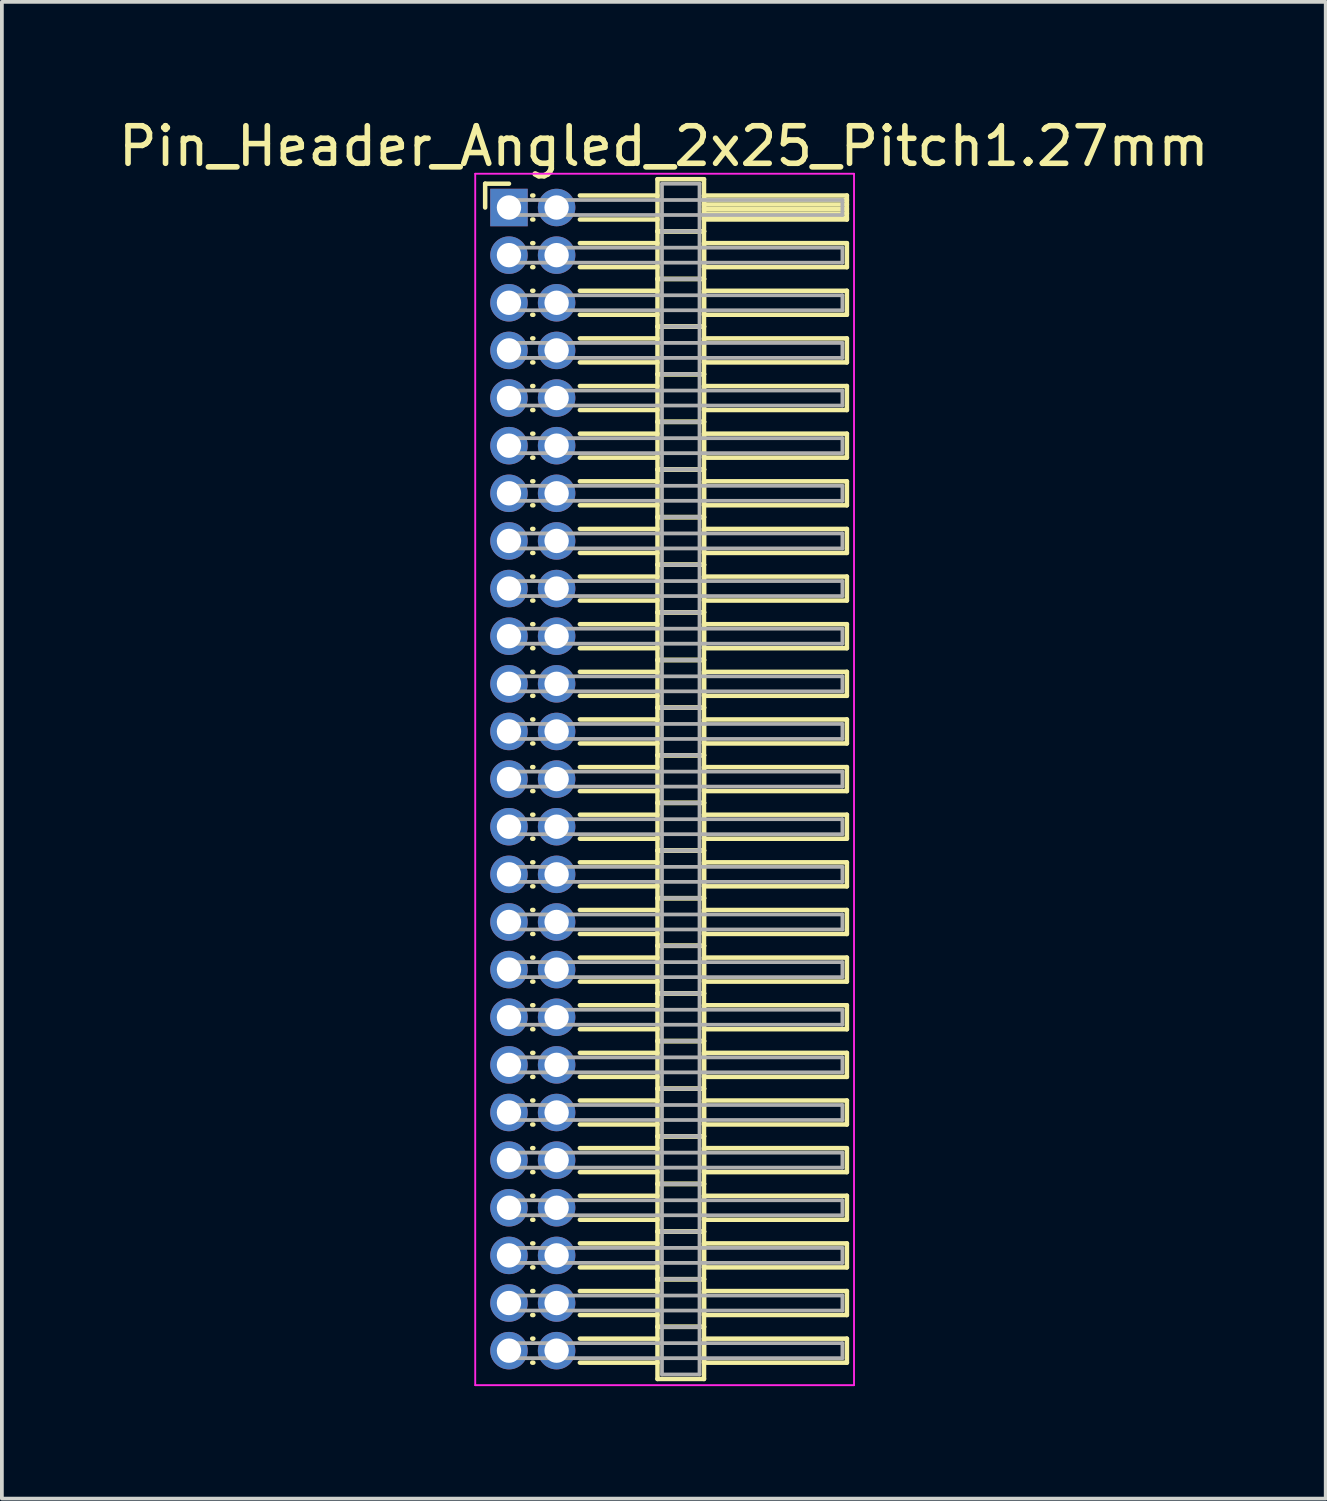
<source format=kicad_pcb>
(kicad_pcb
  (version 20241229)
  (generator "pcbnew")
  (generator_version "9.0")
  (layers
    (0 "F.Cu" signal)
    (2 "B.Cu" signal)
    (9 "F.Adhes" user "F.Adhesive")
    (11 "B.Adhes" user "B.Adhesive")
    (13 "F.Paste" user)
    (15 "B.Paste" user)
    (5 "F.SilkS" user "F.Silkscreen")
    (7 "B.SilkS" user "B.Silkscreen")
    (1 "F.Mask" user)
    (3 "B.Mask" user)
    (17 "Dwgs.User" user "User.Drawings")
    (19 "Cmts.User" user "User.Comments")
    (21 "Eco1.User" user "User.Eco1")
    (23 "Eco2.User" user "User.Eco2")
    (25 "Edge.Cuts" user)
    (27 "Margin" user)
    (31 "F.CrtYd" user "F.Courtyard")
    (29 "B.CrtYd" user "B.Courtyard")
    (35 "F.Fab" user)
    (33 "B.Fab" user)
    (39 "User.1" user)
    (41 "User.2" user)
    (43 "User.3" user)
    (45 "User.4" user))
  (footprint "Pin_Header_Angled_2x25_Pitch1.27mm"
    (layer "F.Cu")
    (at 10.521 2.483)
    (property "Reference" "Pin_Header_Angled_2x25_Pitch1.27mm" (at 4.128 -1.635 0) (layer "F.SilkS") (effects (font (size 1 1) (thickness 0.15))))
    (attr through_hole)
    (fp_line (start -0.635 -0.635) (end 0 -0.635) (stroke (width 0.12) (type solid)) (layer "F.SilkS"))
    (fp_line (start -0.635 0) (end -0.635 -0.635) (stroke (width 0.12) (type solid)) (layer "F.SilkS"))
    (fp_line (start 0.62 -0.32) (end 0.65 -0.32) (stroke (width 0.12) (type solid)) (layer "F.SilkS"))
    (fp_line (start 0.62 0.32) (end 0.65 0.32) (stroke (width 0.12) (type solid)) (layer "F.SilkS"))
    (fp_line (start 0.62 0.95) (end 0.65 0.95) (stroke (width 0.12) (type solid)) (layer "F.SilkS"))
    (fp_line (start 0.62 1.59) (end 0.65 1.59) (stroke (width 0.12) (type solid)) (layer "F.SilkS"))
    (fp_line (start 0.62 2.22) (end 0.65 2.22) (stroke (width 0.12) (type solid)) (layer "F.SilkS"))
    (fp_line (start 0.62 2.86) (end 0.65 2.86) (stroke (width 0.12) (type solid)) (layer "F.SilkS"))
    (fp_line (start 0.62 3.49) (end 0.65 3.49) (stroke (width 0.12) (type solid)) (layer "F.SilkS"))
    (fp_line (start 0.62 4.13) (end 0.65 4.13) (stroke (width 0.12) (type solid)) (layer "F.SilkS"))
    (fp_line (start 0.62 4.76) (end 0.65 4.76) (stroke (width 0.12) (type solid)) (layer "F.SilkS"))
    (fp_line (start 0.62 5.4) (end 0.65 5.4) (stroke (width 0.12) (type solid)) (layer "F.SilkS"))
    (fp_line (start 0.62 6.03) (end 0.65 6.03) (stroke (width 0.12) (type solid)) (layer "F.SilkS"))
    (fp_line (start 0.62 6.67) (end 0.65 6.67) (stroke (width 0.12) (type solid)) (layer "F.SilkS"))
    (fp_line (start 0.62 7.3) (end 0.65 7.3) (stroke (width 0.12) (type solid)) (layer "F.SilkS"))
    (fp_line (start 0.62 7.94) (end 0.65 7.94) (stroke (width 0.12) (type solid)) (layer "F.SilkS"))
    (fp_line (start 0.62 8.57) (end 0.65 8.57) (stroke (width 0.12) (type solid)) (layer "F.SilkS"))
    (fp_line (start 0.62 9.21) (end 0.65 9.21) (stroke (width 0.12) (type solid)) (layer "F.SilkS"))
    (fp_line (start 0.62 9.84) (end 0.65 9.84) (stroke (width 0.12) (type solid)) (layer "F.SilkS"))
    (fp_line (start 0.62 10.48) (end 0.65 10.48) (stroke (width 0.12) (type solid)) (layer "F.SilkS"))
    (fp_line (start 0.62 11.11) (end 0.65 11.11) (stroke (width 0.12) (type solid)) (layer "F.SilkS"))
    (fp_line (start 0.62 11.75) (end 0.65 11.75) (stroke (width 0.12) (type solid)) (layer "F.SilkS"))
    (fp_line (start 0.62 12.38) (end 0.65 12.38) (stroke (width 0.12) (type solid)) (layer "F.SilkS"))
    (fp_line (start 0.62 13.02) (end 0.65 13.02) (stroke (width 0.12) (type solid)) (layer "F.SilkS"))
    (fp_line (start 0.62 13.65) (end 0.65 13.65) (stroke (width 0.12) (type solid)) (layer "F.SilkS"))
    (fp_line (start 0.62 14.29) (end 0.65 14.29) (stroke (width 0.12) (type solid)) (layer "F.SilkS"))
    (fp_line (start 0.62 14.92) (end 0.65 14.92) (stroke (width 0.12) (type solid)) (layer "F.SilkS"))
    (fp_line (start 0.62 15.56) (end 0.65 15.56) (stroke (width 0.12) (type solid)) (layer "F.SilkS"))
    (fp_line (start 0.62 16.19) (end 0.65 16.19) (stroke (width 0.12) (type solid)) (layer "F.SilkS"))
    (fp_line (start 0.62 16.83) (end 0.65 16.83) (stroke (width 0.12) (type solid)) (layer "F.SilkS"))
    (fp_line (start 0.62 17.46) (end 0.65 17.46) (stroke (width 0.12) (type solid)) (layer "F.SilkS"))
    (fp_line (start 0.62 18.1) (end 0.65 18.1) (stroke (width 0.12) (type solid)) (layer "F.SilkS"))
    (fp_line (start 0.62 18.73) (end 0.65 18.73) (stroke (width 0.12) (type solid)) (layer "F.SilkS"))
    (fp_line (start 0.62 19.37) (end 0.65 19.37) (stroke (width 0.12) (type solid)) (layer "F.SilkS"))
    (fp_line (start 0.62 20) (end 0.65 20) (stroke (width 0.12) (type solid)) (layer "F.SilkS"))
    (fp_line (start 0.62 20.64) (end 0.65 20.64) (stroke (width 0.12) (type solid)) (layer "F.SilkS"))
    (fp_line (start 0.62 21.27) (end 0.65 21.27) (stroke (width 0.12) (type solid)) (layer "F.SilkS"))
    (fp_line (start 0.62 21.91) (end 0.65 21.91) (stroke (width 0.12) (type solid)) (layer "F.SilkS"))
    (fp_line (start 0.62 22.54) (end 0.65 22.54) (stroke (width 0.12) (type solid)) (layer "F.SilkS"))
    (fp_line (start 0.62 23.18) (end 0.65 23.18) (stroke (width 0.12) (type solid)) (layer "F.SilkS"))
    (fp_line (start 0.62 23.81) (end 0.65 23.81) (stroke (width 0.12) (type solid)) (layer "F.SilkS"))
    (fp_line (start 0.62 24.45) (end 0.65 24.45) (stroke (width 0.12) (type solid)) (layer "F.SilkS"))
    (fp_line (start 0.62 25.08) (end 0.65 25.08) (stroke (width 0.12) (type solid)) (layer "F.SilkS"))
    (fp_line (start 0.62 25.72) (end 0.65 25.72) (stroke (width 0.12) (type solid)) (layer "F.SilkS"))
    (fp_line (start 0.62 26.35) (end 0.65 26.35) (stroke (width 0.12) (type solid)) (layer "F.SilkS"))
    (fp_line (start 0.62 26.99) (end 0.65 26.99) (stroke (width 0.12) (type solid)) (layer "F.SilkS"))
    (fp_line (start 0.62 27.62) (end 0.65 27.62) (stroke (width 0.12) (type solid)) (layer "F.SilkS"))
    (fp_line (start 0.62 28.26) (end 0.65 28.26) (stroke (width 0.12) (type solid)) (layer "F.SilkS"))
    (fp_line (start 0.62 28.89) (end 0.65 28.89) (stroke (width 0.12) (type solid)) (layer "F.SilkS"))
    (fp_line (start 0.62 29.53) (end 0.65 29.53) (stroke (width 0.12) (type solid)) (layer "F.SilkS"))
    (fp_line (start 0.62 30.16) (end 0.65 30.16) (stroke (width 0.12) (type solid)) (layer "F.SilkS"))
    (fp_line (start 0.62 30.8) (end 0.65 30.8) (stroke (width 0.12) (type solid)) (layer "F.SilkS"))
    (fp_line (start 1.89 -0.32) (end 3.96 -0.32) (stroke (width 0.12) (type solid)) (layer "F.SilkS"))
    (fp_line (start 1.89 0.32) (end 3.96 0.32) (stroke (width 0.12) (type solid)) (layer "F.SilkS"))
    (fp_line (start 1.89 0.95) (end 3.96 0.95) (stroke (width 0.12) (type solid)) (layer "F.SilkS"))
    (fp_line (start 1.89 1.59) (end 3.96 1.59) (stroke (width 0.12) (type solid)) (layer "F.SilkS"))
    (fp_line (start 1.89 2.22) (end 3.96 2.22) (stroke (width 0.12) (type solid)) (layer "F.SilkS"))
    (fp_line (start 1.89 2.86) (end 3.96 2.86) (stroke (width 0.12) (type solid)) (layer "F.SilkS"))
    (fp_line (start 1.89 3.49) (end 3.96 3.49) (stroke (width 0.12) (type solid)) (layer "F.SilkS"))
    (fp_line (start 1.89 4.13) (end 3.96 4.13) (stroke (width 0.12) (type solid)) (layer "F.SilkS"))
    (fp_line (start 1.89 4.76) (end 3.96 4.76) (stroke (width 0.12) (type solid)) (layer "F.SilkS"))
    (fp_line (start 1.89 5.4) (end 3.96 5.4) (stroke (width 0.12) (type solid)) (layer "F.SilkS"))
    (fp_line (start 1.89 6.03) (end 3.96 6.03) (stroke (width 0.12) (type solid)) (layer "F.SilkS"))
    (fp_line (start 1.89 6.67) (end 3.96 6.67) (stroke (width 0.12) (type solid)) (layer "F.SilkS"))
    (fp_line (start 1.89 7.3) (end 3.96 7.3) (stroke (width 0.12) (type solid)) (layer "F.SilkS"))
    (fp_line (start 1.89 7.94) (end 3.96 7.94) (stroke (width 0.12) (type solid)) (layer "F.SilkS"))
    (fp_line (start 1.89 8.57) (end 3.96 8.57) (stroke (width 0.12) (type solid)) (layer "F.SilkS"))
    (fp_line (start 1.89 9.21) (end 3.96 9.21) (stroke (width 0.12) (type solid)) (layer "F.SilkS"))
    (fp_line (start 1.89 9.84) (end 3.96 9.84) (stroke (width 0.12) (type solid)) (layer "F.SilkS"))
    (fp_line (start 1.89 10.48) (end 3.96 10.48) (stroke (width 0.12) (type solid)) (layer "F.SilkS"))
    (fp_line (start 1.89 11.11) (end 3.96 11.11) (stroke (width 0.12) (type solid)) (layer "F.SilkS"))
    (fp_line (start 1.89 11.75) (end 3.96 11.75) (stroke (width 0.12) (type solid)) (layer "F.SilkS"))
    (fp_line (start 1.89 12.38) (end 3.96 12.38) (stroke (width 0.12) (type solid)) (layer "F.SilkS"))
    (fp_line (start 1.89 13.02) (end 3.96 13.02) (stroke (width 0.12) (type solid)) (layer "F.SilkS"))
    (fp_line (start 1.89 13.65) (end 3.96 13.65) (stroke (width 0.12) (type solid)) (layer "F.SilkS"))
    (fp_line (start 1.89 14.29) (end 3.96 14.29) (stroke (width 0.12) (type solid)) (layer "F.SilkS"))
    (fp_line (start 1.89 14.92) (end 3.96 14.92) (stroke (width 0.12) (type solid)) (layer "F.SilkS"))
    (fp_line (start 1.89 15.56) (end 3.96 15.56) (stroke (width 0.12) (type solid)) (layer "F.SilkS"))
    (fp_line (start 1.89 16.19) (end 3.96 16.19) (stroke (width 0.12) (type solid)) (layer "F.SilkS"))
    (fp_line (start 1.89 16.83) (end 3.96 16.83) (stroke (width 0.12) (type solid)) (layer "F.SilkS"))
    (fp_line (start 1.89 17.46) (end 3.96 17.46) (stroke (width 0.12) (type solid)) (layer "F.SilkS"))
    (fp_line (start 1.89 18.1) (end 3.96 18.1) (stroke (width 0.12) (type solid)) (layer "F.SilkS"))
    (fp_line (start 1.89 18.73) (end 3.96 18.73) (stroke (width 0.12) (type solid)) (layer "F.SilkS"))
    (fp_line (start 1.89 19.37) (end 3.96 19.37) (stroke (width 0.12) (type solid)) (layer "F.SilkS"))
    (fp_line (start 1.89 20) (end 3.96 20) (stroke (width 0.12) (type solid)) (layer "F.SilkS"))
    (fp_line (start 1.89 20.64) (end 3.96 20.64) (stroke (width 0.12) (type solid)) (layer "F.SilkS"))
    (fp_line (start 1.89 21.27) (end 3.96 21.27) (stroke (width 0.12) (type solid)) (layer "F.SilkS"))
    (fp_line (start 1.89 21.91) (end 3.96 21.91) (stroke (width 0.12) (type solid)) (layer "F.SilkS"))
    (fp_line (start 1.89 22.54) (end 3.96 22.54) (stroke (width 0.12) (type solid)) (layer "F.SilkS"))
    (fp_line (start 1.89 23.18) (end 3.96 23.18) (stroke (width 0.12) (type solid)) (layer "F.SilkS"))
    (fp_line (start 1.89 23.81) (end 3.96 23.81) (stroke (width 0.12) (type solid)) (layer "F.SilkS"))
    (fp_line (start 1.89 24.45) (end 3.96 24.45) (stroke (width 0.12) (type solid)) (layer "F.SilkS"))
    (fp_line (start 1.89 25.08) (end 3.96 25.08) (stroke (width 0.12) (type solid)) (layer "F.SilkS"))
    (fp_line (start 1.89 25.72) (end 3.96 25.72) (stroke (width 0.12) (type solid)) (layer "F.SilkS"))
    (fp_line (start 1.89 26.35) (end 3.96 26.35) (stroke (width 0.12) (type solid)) (layer "F.SilkS"))
    (fp_line (start 1.89 26.99) (end 3.96 26.99) (stroke (width 0.12) (type solid)) (layer "F.SilkS"))
    (fp_line (start 1.89 27.62) (end 3.96 27.62) (stroke (width 0.12) (type solid)) (layer "F.SilkS"))
    (fp_line (start 1.89 28.26) (end 3.96 28.26) (stroke (width 0.12) (type solid)) (layer "F.SilkS"))
    (fp_line (start 1.89 28.89) (end 3.96 28.89) (stroke (width 0.12) (type solid)) (layer "F.SilkS"))
    (fp_line (start 1.89 29.53) (end 3.96 29.53) (stroke (width 0.12) (type solid)) (layer "F.SilkS"))
    (fp_line (start 1.89 30.16) (end 3.96 30.16) (stroke (width 0.12) (type solid)) (layer "F.SilkS"))
    (fp_line (start 1.89 30.8) (end 3.96 30.8) (stroke (width 0.12) (type solid)) (layer "F.SilkS"))
    (fp_line (start 3.96 -0.755) (end 3.96 0.635) (stroke (width 0.12) (type solid)) (layer "F.SilkS"))
    (fp_line (start 3.96 0.635) (end 3.96 1.905) (stroke (width 0.12) (type solid)) (layer "F.SilkS"))
    (fp_line (start 3.96 0.635) (end 5.2 0.635) (stroke (width 0.12) (type solid)) (layer "F.SilkS"))
    (fp_line (start 3.96 1.905) (end 3.96 3.175) (stroke (width 0.12) (type solid)) (layer "F.SilkS"))
    (fp_line (start 3.96 1.905) (end 5.2 1.905) (stroke (width 0.12) (type solid)) (layer "F.SilkS"))
    (fp_line (start 3.96 3.175) (end 3.96 4.445) (stroke (width 0.12) (type solid)) (layer "F.SilkS"))
    (fp_line (start 3.96 3.175) (end 5.2 3.175) (stroke (width 0.12) (type solid)) (layer "F.SilkS"))
    (fp_line (start 3.96 4.445) (end 3.96 5.715) (stroke (width 0.12) (type solid)) (layer "F.SilkS"))
    (fp_line (start 3.96 4.445) (end 5.2 4.445) (stroke (width 0.12) (type solid)) (layer "F.SilkS"))
    (fp_line (start 3.96 5.715) (end 3.96 6.985) (stroke (width 0.12) (type solid)) (layer "F.SilkS"))
    (fp_line (start 3.96 5.715) (end 5.2 5.715) (stroke (width 0.12) (type solid)) (layer "F.SilkS"))
    (fp_line (start 3.96 6.985) (end 3.96 8.255) (stroke (width 0.12) (type solid)) (layer "F.SilkS"))
    (fp_line (start 3.96 6.985) (end 5.2 6.985) (stroke (width 0.12) (type solid)) (layer "F.SilkS"))
    (fp_line (start 3.96 8.255) (end 3.96 9.525) (stroke (width 0.12) (type solid)) (layer "F.SilkS"))
    (fp_line (start 3.96 8.255) (end 5.2 8.255) (stroke (width 0.12) (type solid)) (layer "F.SilkS"))
    (fp_line (start 3.96 9.525) (end 3.96 10.795) (stroke (width 0.12) (type solid)) (layer "F.SilkS"))
    (fp_line (start 3.96 9.525) (end 5.2 9.525) (stroke (width 0.12) (type solid)) (layer "F.SilkS"))
    (fp_line (start 3.96 10.795) (end 3.96 12.065) (stroke (width 0.12) (type solid)) (layer "F.SilkS"))
    (fp_line (start 3.96 10.795) (end 5.2 10.795) (stroke (width 0.12) (type solid)) (layer "F.SilkS"))
    (fp_line (start 3.96 12.065) (end 3.96 13.335) (stroke (width 0.12) (type solid)) (layer "F.SilkS"))
    (fp_line (start 3.96 12.065) (end 5.2 12.065) (stroke (width 0.12) (type solid)) (layer "F.SilkS"))
    (fp_line (start 3.96 13.335) (end 3.96 14.605) (stroke (width 0.12) (type solid)) (layer "F.SilkS"))
    (fp_line (start 3.96 13.335) (end 5.2 13.335) (stroke (width 0.12) (type solid)) (layer "F.SilkS"))
    (fp_line (start 3.96 14.605) (end 3.96 15.875) (stroke (width 0.12) (type solid)) (layer "F.SilkS"))
    (fp_line (start 3.96 14.605) (end 5.2 14.605) (stroke (width 0.12) (type solid)) (layer "F.SilkS"))
    (fp_line (start 3.96 15.875) (end 3.96 17.145) (stroke (width 0.12) (type solid)) (layer "F.SilkS"))
    (fp_line (start 3.96 15.875) (end 5.2 15.875) (stroke (width 0.12) (type solid)) (layer "F.SilkS"))
    (fp_line (start 3.96 17.145) (end 3.96 18.415) (stroke (width 0.12) (type solid)) (layer "F.SilkS"))
    (fp_line (start 3.96 17.145) (end 5.2 17.145) (stroke (width 0.12) (type solid)) (layer "F.SilkS"))
    (fp_line (start 3.96 18.415) (end 3.96 19.685) (stroke (width 0.12) (type solid)) (layer "F.SilkS"))
    (fp_line (start 3.96 18.415) (end 5.2 18.415) (stroke (width 0.12) (type solid)) (layer "F.SilkS"))
    (fp_line (start 3.96 19.685) (end 3.96 20.955) (stroke (width 0.12) (type solid)) (layer "F.SilkS"))
    (fp_line (start 3.96 19.685) (end 5.2 19.685) (stroke (width 0.12) (type solid)) (layer "F.SilkS"))
    (fp_line (start 3.96 20.955) (end 3.96 22.225) (stroke (width 0.12) (type solid)) (layer "F.SilkS"))
    (fp_line (start 3.96 20.955) (end 5.2 20.955) (stroke (width 0.12) (type solid)) (layer "F.SilkS"))
    (fp_line (start 3.96 22.225) (end 3.96 23.495) (stroke (width 0.12) (type solid)) (layer "F.SilkS"))
    (fp_line (start 3.96 22.225) (end 5.2 22.225) (stroke (width 0.12) (type solid)) (layer "F.SilkS"))
    (fp_line (start 3.96 23.495) (end 3.96 24.765) (stroke (width 0.12) (type solid)) (layer "F.SilkS"))
    (fp_line (start 3.96 23.495) (end 5.2 23.495) (stroke (width 0.12) (type solid)) (layer "F.SilkS"))
    (fp_line (start 3.96 24.765) (end 3.96 26.035) (stroke (width 0.12) (type solid)) (layer "F.SilkS"))
    (fp_line (start 3.96 24.765) (end 5.2 24.765) (stroke (width 0.12) (type solid)) (layer "F.SilkS"))
    (fp_line (start 3.96 26.035) (end 3.96 27.305) (stroke (width 0.12) (type solid)) (layer "F.SilkS"))
    (fp_line (start 3.96 26.035) (end 5.2 26.035) (stroke (width 0.12) (type solid)) (layer "F.SilkS"))
    (fp_line (start 3.96 27.305) (end 3.96 28.575) (stroke (width 0.12) (type solid)) (layer "F.SilkS"))
    (fp_line (start 3.96 27.305) (end 5.2 27.305) (stroke (width 0.12) (type solid)) (layer "F.SilkS"))
    (fp_line (start 3.96 28.575) (end 3.96 29.845) (stroke (width 0.12) (type solid)) (layer "F.SilkS"))
    (fp_line (start 3.96 28.575) (end 5.2 28.575) (stroke (width 0.12) (type solid)) (layer "F.SilkS"))
    (fp_line (start 3.96 29.845) (end 3.96 31.235) (stroke (width 0.12) (type solid)) (layer "F.SilkS"))
    (fp_line (start 3.96 29.845) (end 5.2 29.845) (stroke (width 0.12) (type solid)) (layer "F.SilkS"))
    (fp_line (start 3.96 31.235) (end 5.2 31.235) (stroke (width 0.12) (type solid)) (layer "F.SilkS"))
    (fp_line (start 5.2 -0.755) (end 3.96 -0.755) (stroke (width 0.12) (type solid)) (layer "F.SilkS"))
    (fp_line (start 5.2 -0.32) (end 5.2 0.32) (stroke (width 0.12) (type solid)) (layer "F.SilkS"))
    (fp_line (start 5.2 -0.2) (end 9.01 -0.2) (stroke (width 0.12) (type solid)) (layer "F.SilkS"))
    (fp_line (start 5.2 -0.08) (end 9.01 -0.08) (stroke (width 0.12) (type solid)) (layer "F.SilkS"))
    (fp_line (start 5.2 0.04) (end 9.01 0.04) (stroke (width 0.12) (type solid)) (layer "F.SilkS"))
    (fp_line (start 5.2 0.16) (end 9.01 0.16) (stroke (width 0.12) (type solid)) (layer "F.SilkS"))
    (fp_line (start 5.2 0.28) (end 9.01 0.28) (stroke (width 0.12) (type solid)) (layer "F.SilkS"))
    (fp_line (start 5.2 0.32) (end 9.01 0.32) (stroke (width 0.12) (type solid)) (layer "F.SilkS"))
    (fp_line (start 5.2 0.635) (end 3.96 0.635) (stroke (width 0.12) (type solid)) (layer "F.SilkS"))
    (fp_line (start 5.2 0.635) (end 5.2 -0.755) (stroke (width 0.12) (type solid)) (layer "F.SilkS"))
    (fp_line (start 5.2 0.95) (end 5.2 1.59) (stroke (width 0.12) (type solid)) (layer "F.SilkS"))
    (fp_line (start 5.2 1.59) (end 9.01 1.59) (stroke (width 0.12) (type solid)) (layer "F.SilkS"))
    (fp_line (start 5.2 1.905) (end 3.96 1.905) (stroke (width 0.12) (type solid)) (layer "F.SilkS"))
    (fp_line (start 5.2 1.905) (end 5.2 0.635) (stroke (width 0.12) (type solid)) (layer "F.SilkS"))
    (fp_line (start 5.2 2.22) (end 5.2 2.86) (stroke (width 0.12) (type solid)) (layer "F.SilkS"))
    (fp_line (start 5.2 2.86) (end 9.01 2.86) (stroke (width 0.12) (type solid)) (layer "F.SilkS"))
    (fp_line (start 5.2 3.175) (end 3.96 3.175) (stroke (width 0.12) (type solid)) (layer "F.SilkS"))
    (fp_line (start 5.2 3.175) (end 5.2 1.905) (stroke (width 0.12) (type solid)) (layer "F.SilkS"))
    (fp_line (start 5.2 3.49) (end 5.2 4.13) (stroke (width 0.12) (type solid)) (layer "F.SilkS"))
    (fp_line (start 5.2 4.13) (end 9.01 4.13) (stroke (width 0.12) (type solid)) (layer "F.SilkS"))
    (fp_line (start 5.2 4.445) (end 3.96 4.445) (stroke (width 0.12) (type solid)) (layer "F.SilkS"))
    (fp_line (start 5.2 4.445) (end 5.2 3.175) (stroke (width 0.12) (type solid)) (layer "F.SilkS"))
    (fp_line (start 5.2 4.76) (end 5.2 5.4) (stroke (width 0.12) (type solid)) (layer "F.SilkS"))
    (fp_line (start 5.2 5.4) (end 9.01 5.4) (stroke (width 0.12) (type solid)) (layer "F.SilkS"))
    (fp_line (start 5.2 5.715) (end 3.96 5.715) (stroke (width 0.12) (type solid)) (layer "F.SilkS"))
    (fp_line (start 5.2 5.715) (end 5.2 4.445) (stroke (width 0.12) (type solid)) (layer "F.SilkS"))
    (fp_line (start 5.2 6.03) (end 5.2 6.67) (stroke (width 0.12) (type solid)) (layer "F.SilkS"))
    (fp_line (start 5.2 6.67) (end 9.01 6.67) (stroke (width 0.12) (type solid)) (layer "F.SilkS"))
    (fp_line (start 5.2 6.985) (end 3.96 6.985) (stroke (width 0.12) (type solid)) (layer "F.SilkS"))
    (fp_line (start 5.2 6.985) (end 5.2 5.715) (stroke (width 0.12) (type solid)) (layer "F.SilkS"))
    (fp_line (start 5.2 7.3) (end 5.2 7.94) (stroke (width 0.12) (type solid)) (layer "F.SilkS"))
    (fp_line (start 5.2 7.94) (end 9.01 7.94) (stroke (width 0.12) (type solid)) (layer "F.SilkS"))
    (fp_line (start 5.2 8.255) (end 3.96 8.255) (stroke (width 0.12) (type solid)) (layer "F.SilkS"))
    (fp_line (start 5.2 8.255) (end 5.2 6.985) (stroke (width 0.12) (type solid)) (layer "F.SilkS"))
    (fp_line (start 5.2 8.57) (end 5.2 9.21) (stroke (width 0.12) (type solid)) (layer "F.SilkS"))
    (fp_line (start 5.2 9.21) (end 9.01 9.21) (stroke (width 0.12) (type solid)) (layer "F.SilkS"))
    (fp_line (start 5.2 9.525) (end 3.96 9.525) (stroke (width 0.12) (type solid)) (layer "F.SilkS"))
    (fp_line (start 5.2 9.525) (end 5.2 8.255) (stroke (width 0.12) (type solid)) (layer "F.SilkS"))
    (fp_line (start 5.2 9.84) (end 5.2 10.48) (stroke (width 0.12) (type solid)) (layer "F.SilkS"))
    (fp_line (start 5.2 10.48) (end 9.01 10.48) (stroke (width 0.12) (type solid)) (layer "F.SilkS"))
    (fp_line (start 5.2 10.795) (end 3.96 10.795) (stroke (width 0.12) (type solid)) (layer "F.SilkS"))
    (fp_line (start 5.2 10.795) (end 5.2 9.525) (stroke (width 0.12) (type solid)) (layer "F.SilkS"))
    (fp_line (start 5.2 11.11) (end 5.2 11.75) (stroke (width 0.12) (type solid)) (layer "F.SilkS"))
    (fp_line (start 5.2 11.75) (end 9.01 11.75) (stroke (width 0.12) (type solid)) (layer "F.SilkS"))
    (fp_line (start 5.2 12.065) (end 3.96 12.065) (stroke (width 0.12) (type solid)) (layer "F.SilkS"))
    (fp_line (start 5.2 12.065) (end 5.2 10.795) (stroke (width 0.12) (type solid)) (layer "F.SilkS"))
    (fp_line (start 5.2 12.38) (end 5.2 13.02) (stroke (width 0.12) (type solid)) (layer "F.SilkS"))
    (fp_line (start 5.2 13.02) (end 9.01 13.02) (stroke (width 0.12) (type solid)) (layer "F.SilkS"))
    (fp_line (start 5.2 13.335) (end 3.96 13.335) (stroke (width 0.12) (type solid)) (layer "F.SilkS"))
    (fp_line (start 5.2 13.335) (end 5.2 12.065) (stroke (width 0.12) (type solid)) (layer "F.SilkS"))
    (fp_line (start 5.2 13.65) (end 5.2 14.29) (stroke (width 0.12) (type solid)) (layer "F.SilkS"))
    (fp_line (start 5.2 14.29) (end 9.01 14.29) (stroke (width 0.12) (type solid)) (layer "F.SilkS"))
    (fp_line (start 5.2 14.605) (end 3.96 14.605) (stroke (width 0.12) (type solid)) (layer "F.SilkS"))
    (fp_line (start 5.2 14.605) (end 5.2 13.335) (stroke (width 0.12) (type solid)) (layer "F.SilkS"))
    (fp_line (start 5.2 14.92) (end 5.2 15.56) (stroke (width 0.12) (type solid)) (layer "F.SilkS"))
    (fp_line (start 5.2 15.56) (end 9.01 15.56) (stroke (width 0.12) (type solid)) (layer "F.SilkS"))
    (fp_line (start 5.2 15.875) (end 3.96 15.875) (stroke (width 0.12) (type solid)) (layer "F.SilkS"))
    (fp_line (start 5.2 15.875) (end 5.2 14.605) (stroke (width 0.12) (type solid)) (layer "F.SilkS"))
    (fp_line (start 5.2 16.19) (end 5.2 16.83) (stroke (width 0.12) (type solid)) (layer "F.SilkS"))
    (fp_line (start 5.2 16.83) (end 9.01 16.83) (stroke (width 0.12) (type solid)) (layer "F.SilkS"))
    (fp_line (start 5.2 17.145) (end 3.96 17.145) (stroke (width 0.12) (type solid)) (layer "F.SilkS"))
    (fp_line (start 5.2 17.145) (end 5.2 15.875) (stroke (width 0.12) (type solid)) (layer "F.SilkS"))
    (fp_line (start 5.2 17.46) (end 5.2 18.1) (stroke (width 0.12) (type solid)) (layer "F.SilkS"))
    (fp_line (start 5.2 18.1) (end 9.01 18.1) (stroke (width 0.12) (type solid)) (layer "F.SilkS"))
    (fp_line (start 5.2 18.415) (end 3.96 18.415) (stroke (width 0.12) (type solid)) (layer "F.SilkS"))
    (fp_line (start 5.2 18.415) (end 5.2 17.145) (stroke (width 0.12) (type solid)) (layer "F.SilkS"))
    (fp_line (start 5.2 18.73) (end 5.2 19.37) (stroke (width 0.12) (type solid)) (layer "F.SilkS"))
    (fp_line (start 5.2 19.37) (end 9.01 19.37) (stroke (width 0.12) (type solid)) (layer "F.SilkS"))
    (fp_line (start 5.2 19.685) (end 3.96 19.685) (stroke (width 0.12) (type solid)) (layer "F.SilkS"))
    (fp_line (start 5.2 19.685) (end 5.2 18.415) (stroke (width 0.12) (type solid)) (layer "F.SilkS"))
    (fp_line (start 5.2 20) (end 5.2 20.64) (stroke (width 0.12) (type solid)) (layer "F.SilkS"))
    (fp_line (start 5.2 20.64) (end 9.01 20.64) (stroke (width 0.12) (type solid)) (layer "F.SilkS"))
    (fp_line (start 5.2 20.955) (end 3.96 20.955) (stroke (width 0.12) (type solid)) (layer "F.SilkS"))
    (fp_line (start 5.2 20.955) (end 5.2 19.685) (stroke (width 0.12) (type solid)) (layer "F.SilkS"))
    (fp_line (start 5.2 21.27) (end 5.2 21.91) (stroke (width 0.12) (type solid)) (layer "F.SilkS"))
    (fp_line (start 5.2 21.91) (end 9.01 21.91) (stroke (width 0.12) (type solid)) (layer "F.SilkS"))
    (fp_line (start 5.2 22.225) (end 3.96 22.225) (stroke (width 0.12) (type solid)) (layer "F.SilkS"))
    (fp_line (start 5.2 22.225) (end 5.2 20.955) (stroke (width 0.12) (type solid)) (layer "F.SilkS"))
    (fp_line (start 5.2 22.54) (end 5.2 23.18) (stroke (width 0.12) (type solid)) (layer "F.SilkS"))
    (fp_line (start 5.2 23.18) (end 9.01 23.18) (stroke (width 0.12) (type solid)) (layer "F.SilkS"))
    (fp_line (start 5.2 23.495) (end 3.96 23.495) (stroke (width 0.12) (type solid)) (layer "F.SilkS"))
    (fp_line (start 5.2 23.495) (end 5.2 22.225) (stroke (width 0.12) (type solid)) (layer "F.SilkS"))
    (fp_line (start 5.2 23.81) (end 5.2 24.45) (stroke (width 0.12) (type solid)) (layer "F.SilkS"))
    (fp_line (start 5.2 24.45) (end 9.01 24.45) (stroke (width 0.12) (type solid)) (layer "F.SilkS"))
    (fp_line (start 5.2 24.765) (end 3.96 24.765) (stroke (width 0.12) (type solid)) (layer "F.SilkS"))
    (fp_line (start 5.2 24.765) (end 5.2 23.495) (stroke (width 0.12) (type solid)) (layer "F.SilkS"))
    (fp_line (start 5.2 25.08) (end 5.2 25.72) (stroke (width 0.12) (type solid)) (layer "F.SilkS"))
    (fp_line (start 5.2 25.72) (end 9.01 25.72) (stroke (width 0.12) (type solid)) (layer "F.SilkS"))
    (fp_line (start 5.2 26.035) (end 3.96 26.035) (stroke (width 0.12) (type solid)) (layer "F.SilkS"))
    (fp_line (start 5.2 26.035) (end 5.2 24.765) (stroke (width 0.12) (type solid)) (layer "F.SilkS"))
    (fp_line (start 5.2 26.35) (end 5.2 26.99) (stroke (width 0.12) (type solid)) (layer "F.SilkS"))
    (fp_line (start 5.2 26.99) (end 9.01 26.99) (stroke (width 0.12) (type solid)) (layer "F.SilkS"))
    (fp_line (start 5.2 27.305) (end 3.96 27.305) (stroke (width 0.12) (type solid)) (layer "F.SilkS"))
    (fp_line (start 5.2 27.305) (end 5.2 26.035) (stroke (width 0.12) (type solid)) (layer "F.SilkS"))
    (fp_line (start 5.2 27.62) (end 5.2 28.26) (stroke (width 0.12) (type solid)) (layer "F.SilkS"))
    (fp_line (start 5.2 28.26) (end 9.01 28.26) (stroke (width 0.12) (type solid)) (layer "F.SilkS"))
    (fp_line (start 5.2 28.575) (end 3.96 28.575) (stroke (width 0.12) (type solid)) (layer "F.SilkS"))
    (fp_line (start 5.2 28.575) (end 5.2 27.305) (stroke (width 0.12) (type solid)) (layer "F.SilkS"))
    (fp_line (start 5.2 28.89) (end 5.2 29.53) (stroke (width 0.12) (type solid)) (layer "F.SilkS"))
    (fp_line (start 5.2 29.53) (end 9.01 29.53) (stroke (width 0.12) (type solid)) (layer "F.SilkS"))
    (fp_line (start 5.2 29.845) (end 3.96 29.845) (stroke (width 0.12) (type solid)) (layer "F.SilkS"))
    (fp_line (start 5.2 29.845) (end 5.2 28.575) (stroke (width 0.12) (type solid)) (layer "F.SilkS"))
    (fp_line (start 5.2 30.16) (end 5.2 30.8) (stroke (width 0.12) (type solid)) (layer "F.SilkS"))
    (fp_line (start 5.2 30.8) (end 9.01 30.8) (stroke (width 0.12) (type solid)) (layer "F.SilkS"))
    (fp_line (start 5.2 31.235) (end 5.2 29.845) (stroke (width 0.12) (type solid)) (layer "F.SilkS"))
    (fp_line (start 9.01 -0.32) (end 5.2 -0.32) (stroke (width 0.12) (type solid)) (layer "F.SilkS"))
    (fp_line (start 9.01 0.32) (end 9.01 -0.32) (stroke (width 0.12) (type solid)) (layer "F.SilkS"))
    (fp_line (start 9.01 0.95) (end 5.2 0.95) (stroke (width 0.12) (type solid)) (layer "F.SilkS"))
    (fp_line (start 9.01 1.59) (end 9.01 0.95) (stroke (width 0.12) (type solid)) (layer "F.SilkS"))
    (fp_line (start 9.01 2.22) (end 5.2 2.22) (stroke (width 0.12) (type solid)) (layer "F.SilkS"))
    (fp_line (start 9.01 2.86) (end 9.01 2.22) (stroke (width 0.12) (type solid)) (layer "F.SilkS"))
    (fp_line (start 9.01 3.49) (end 5.2 3.49) (stroke (width 0.12) (type solid)) (layer "F.SilkS"))
    (fp_line (start 9.01 4.13) (end 9.01 3.49) (stroke (width 0.12) (type solid)) (layer "F.SilkS"))
    (fp_line (start 9.01 4.76) (end 5.2 4.76) (stroke (width 0.12) (type solid)) (layer "F.SilkS"))
    (fp_line (start 9.01 5.4) (end 9.01 4.76) (stroke (width 0.12) (type solid)) (layer "F.SilkS"))
    (fp_line (start 9.01 6.03) (end 5.2 6.03) (stroke (width 0.12) (type solid)) (layer "F.SilkS"))
    (fp_line (start 9.01 6.67) (end 9.01 6.03) (stroke (width 0.12) (type solid)) (layer "F.SilkS"))
    (fp_line (start 9.01 7.3) (end 5.2 7.3) (stroke (width 0.12) (type solid)) (layer "F.SilkS"))
    (fp_line (start 9.01 7.94) (end 9.01 7.3) (stroke (width 0.12) (type solid)) (layer "F.SilkS"))
    (fp_line (start 9.01 8.57) (end 5.2 8.57) (stroke (width 0.12) (type solid)) (layer "F.SilkS"))
    (fp_line (start 9.01 9.21) (end 9.01 8.57) (stroke (width 0.12) (type solid)) (layer "F.SilkS"))
    (fp_line (start 9.01 9.84) (end 5.2 9.84) (stroke (width 0.12) (type solid)) (layer "F.SilkS"))
    (fp_line (start 9.01 10.48) (end 9.01 9.84) (stroke (width 0.12) (type solid)) (layer "F.SilkS"))
    (fp_line (start 9.01 11.11) (end 5.2 11.11) (stroke (width 0.12) (type solid)) (layer "F.SilkS"))
    (fp_line (start 9.01 11.75) (end 9.01 11.11) (stroke (width 0.12) (type solid)) (layer "F.SilkS"))
    (fp_line (start 9.01 12.38) (end 5.2 12.38) (stroke (width 0.12) (type solid)) (layer "F.SilkS"))
    (fp_line (start 9.01 13.02) (end 9.01 12.38) (stroke (width 0.12) (type solid)) (layer "F.SilkS"))
    (fp_line (start 9.01 13.65) (end 5.2 13.65) (stroke (width 0.12) (type solid)) (layer "F.SilkS"))
    (fp_line (start 9.01 14.29) (end 9.01 13.65) (stroke (width 0.12) (type solid)) (layer "F.SilkS"))
    (fp_line (start 9.01 14.92) (end 5.2 14.92) (stroke (width 0.12) (type solid)) (layer "F.SilkS"))
    (fp_line (start 9.01 15.56) (end 9.01 14.92) (stroke (width 0.12) (type solid)) (layer "F.SilkS"))
    (fp_line (start 9.01 16.19) (end 5.2 16.19) (stroke (width 0.12) (type solid)) (layer "F.SilkS"))
    (fp_line (start 9.01 16.83) (end 9.01 16.19) (stroke (width 0.12) (type solid)) (layer "F.SilkS"))
    (fp_line (start 9.01 17.46) (end 5.2 17.46) (stroke (width 0.12) (type solid)) (layer "F.SilkS"))
    (fp_line (start 9.01 18.1) (end 9.01 17.46) (stroke (width 0.12) (type solid)) (layer "F.SilkS"))
    (fp_line (start 9.01 18.73) (end 5.2 18.73) (stroke (width 0.12) (type solid)) (layer "F.SilkS"))
    (fp_line (start 9.01 19.37) (end 9.01 18.73) (stroke (width 0.12) (type solid)) (layer "F.SilkS"))
    (fp_line (start 9.01 20) (end 5.2 20) (stroke (width 0.12) (type solid)) (layer "F.SilkS"))
    (fp_line (start 9.01 20.64) (end 9.01 20) (stroke (width 0.12) (type solid)) (layer "F.SilkS"))
    (fp_line (start 9.01 21.27) (end 5.2 21.27) (stroke (width 0.12) (type solid)) (layer "F.SilkS"))
    (fp_line (start 9.01 21.91) (end 9.01 21.27) (stroke (width 0.12) (type solid)) (layer "F.SilkS"))
    (fp_line (start 9.01 22.54) (end 5.2 22.54) (stroke (width 0.12) (type solid)) (layer "F.SilkS"))
    (fp_line (start 9.01 23.18) (end 9.01 22.54) (stroke (width 0.12) (type solid)) (layer "F.SilkS"))
    (fp_line (start 9.01 23.81) (end 5.2 23.81) (stroke (width 0.12) (type solid)) (layer "F.SilkS"))
    (fp_line (start 9.01 24.45) (end 9.01 23.81) (stroke (width 0.12) (type solid)) (layer "F.SilkS"))
    (fp_line (start 9.01 25.08) (end 5.2 25.08) (stroke (width 0.12) (type solid)) (layer "F.SilkS"))
    (fp_line (start 9.01 25.72) (end 9.01 25.08) (stroke (width 0.12) (type solid)) (layer "F.SilkS"))
    (fp_line (start 9.01 26.35) (end 5.2 26.35) (stroke (width 0.12) (type solid)) (layer "F.SilkS"))
    (fp_line (start 9.01 26.99) (end 9.01 26.35) (stroke (width 0.12) (type solid)) (layer "F.SilkS"))
    (fp_line (start 9.01 27.62) (end 5.2 27.62) (stroke (width 0.12) (type solid)) (layer "F.SilkS"))
    (fp_line (start 9.01 28.26) (end 9.01 27.62) (stroke (width 0.12) (type solid)) (layer "F.SilkS"))
    (fp_line (start 9.01 28.89) (end 5.2 28.89) (stroke (width 0.12) (type solid)) (layer "F.SilkS"))
    (fp_line (start 9.01 29.53) (end 9.01 28.89) (stroke (width 0.12) (type solid)) (layer "F.SilkS"))
    (fp_line (start 9.01 30.16) (end 5.2 30.16) (stroke (width 0.12) (type solid)) (layer "F.SilkS"))
    (fp_line (start 9.01 30.8) (end 9.01 30.16) (stroke (width 0.12) (type solid)) (layer "F.SilkS"))
    (fp_line (start -0.9 -0.9) (end -0.9 31.4) (stroke (width 0.05) (type solid)) (layer "F.CrtYd"))
    (fp_line (start -0.9 31.4) (end 9.2 31.4) (stroke (width 0.05) (type solid)) (layer "F.CrtYd"))
    (fp_line (start 9.2 -0.9) (end -0.9 -0.9) (stroke (width 0.05) (type solid)) (layer "F.CrtYd"))
    (fp_line (start 9.2 31.4) (end 9.2 -0.9) (stroke (width 0.05) (type solid)) (layer "F.CrtYd"))
    (fp_line (start 0 -0.2) (end 0 0.2) (stroke (width 0.1) (type solid)) (layer "F.Fab"))
    (fp_line (start 0 0.2) (end 8.89 0.2) (stroke (width 0.1) (type solid)) (layer "F.Fab"))
    (fp_line (start 0 1.07) (end 0 1.47) (stroke (width 0.1) (type solid)) (layer "F.Fab"))
    (fp_line (start 0 1.47) (end 8.89 1.47) (stroke (width 0.1) (type solid)) (layer "F.Fab"))
    (fp_line (start 0 2.34) (end 0 2.74) (stroke (width 0.1) (type solid)) (layer "F.Fab"))
    (fp_line (start 0 2.74) (end 8.89 2.74) (stroke (width 0.1) (type solid)) (layer "F.Fab"))
    (fp_line (start 0 3.61) (end 0 4.01) (stroke (width 0.1) (type solid)) (layer "F.Fab"))
    (fp_line (start 0 4.01) (end 8.89 4.01) (stroke (width 0.1) (type solid)) (layer "F.Fab"))
    (fp_line (start 0 4.88) (end 0 5.28) (stroke (width 0.1) (type solid)) (layer "F.Fab"))
    (fp_line (start 0 5.28) (end 8.89 5.28) (stroke (width 0.1) (type solid)) (layer "F.Fab"))
    (fp_line (start 0 6.15) (end 0 6.55) (stroke (width 0.1) (type solid)) (layer "F.Fab"))
    (fp_line (start 0 6.55) (end 8.89 6.55) (stroke (width 0.1) (type solid)) (layer "F.Fab"))
    (fp_line (start 0 7.42) (end 0 7.82) (stroke (width 0.1) (type solid)) (layer "F.Fab"))
    (fp_line (start 0 7.82) (end 8.89 7.82) (stroke (width 0.1) (type solid)) (layer "F.Fab"))
    (fp_line (start 0 8.69) (end 0 9.09) (stroke (width 0.1) (type solid)) (layer "F.Fab"))
    (fp_line (start 0 9.09) (end 8.89 9.09) (stroke (width 0.1) (type solid)) (layer "F.Fab"))
    (fp_line (start 0 9.96) (end 0 10.36) (stroke (width 0.1) (type solid)) (layer "F.Fab"))
    (fp_line (start 0 10.36) (end 8.89 10.36) (stroke (width 0.1) (type solid)) (layer "F.Fab"))
    (fp_line (start 0 11.23) (end 0 11.63) (stroke (width 0.1) (type solid)) (layer "F.Fab"))
    (fp_line (start 0 11.63) (end 8.89 11.63) (stroke (width 0.1) (type solid)) (layer "F.Fab"))
    (fp_line (start 0 12.5) (end 0 12.9) (stroke (width 0.1) (type solid)) (layer "F.Fab"))
    (fp_line (start 0 12.9) (end 8.89 12.9) (stroke (width 0.1) (type solid)) (layer "F.Fab"))
    (fp_line (start 0 13.77) (end 0 14.17) (stroke (width 0.1) (type solid)) (layer "F.Fab"))
    (fp_line (start 0 14.17) (end 8.89 14.17) (stroke (width 0.1) (type solid)) (layer "F.Fab"))
    (fp_line (start 0 15.04) (end 0 15.44) (stroke (width 0.1) (type solid)) (layer "F.Fab"))
    (fp_line (start 0 15.44) (end 8.89 15.44) (stroke (width 0.1) (type solid)) (layer "F.Fab"))
    (fp_line (start 0 16.31) (end 0 16.71) (stroke (width 0.1) (type solid)) (layer "F.Fab"))
    (fp_line (start 0 16.71) (end 8.89 16.71) (stroke (width 0.1) (type solid)) (layer "F.Fab"))
    (fp_line (start 0 17.58) (end 0 17.98) (stroke (width 0.1) (type solid)) (layer "F.Fab"))
    (fp_line (start 0 17.98) (end 8.89 17.98) (stroke (width 0.1) (type solid)) (layer "F.Fab"))
    (fp_line (start 0 18.85) (end 0 19.25) (stroke (width 0.1) (type solid)) (layer "F.Fab"))
    (fp_line (start 0 19.25) (end 8.89 19.25) (stroke (width 0.1) (type solid)) (layer "F.Fab"))
    (fp_line (start 0 20.12) (end 0 20.52) (stroke (width 0.1) (type solid)) (layer "F.Fab"))
    (fp_line (start 0 20.52) (end 8.89 20.52) (stroke (width 0.1) (type solid)) (layer "F.Fab"))
    (fp_line (start 0 21.39) (end 0 21.79) (stroke (width 0.1) (type solid)) (layer "F.Fab"))
    (fp_line (start 0 21.79) (end 8.89 21.79) (stroke (width 0.1) (type solid)) (layer "F.Fab"))
    (fp_line (start 0 22.66) (end 0 23.06) (stroke (width 0.1) (type solid)) (layer "F.Fab"))
    (fp_line (start 0 23.06) (end 8.89 23.06) (stroke (width 0.1) (type solid)) (layer "F.Fab"))
    (fp_line (start 0 23.93) (end 0 24.33) (stroke (width 0.1) (type solid)) (layer "F.Fab"))
    (fp_line (start 0 24.33) (end 8.89 24.33) (stroke (width 0.1) (type solid)) (layer "F.Fab"))
    (fp_line (start 0 25.2) (end 0 25.6) (stroke (width 0.1) (type solid)) (layer "F.Fab"))
    (fp_line (start 0 25.6) (end 8.89 25.6) (stroke (width 0.1) (type solid)) (layer "F.Fab"))
    (fp_line (start 0 26.47) (end 0 26.87) (stroke (width 0.1) (type solid)) (layer "F.Fab"))
    (fp_line (start 0 26.87) (end 8.89 26.87) (stroke (width 0.1) (type solid)) (layer "F.Fab"))
    (fp_line (start 0 27.74) (end 0 28.14) (stroke (width 0.1) (type solid)) (layer "F.Fab"))
    (fp_line (start 0 28.14) (end 8.89 28.14) (stroke (width 0.1) (type solid)) (layer "F.Fab"))
    (fp_line (start 0 29.01) (end 0 29.41) (stroke (width 0.1) (type solid)) (layer "F.Fab"))
    (fp_line (start 0 29.41) (end 8.89 29.41) (stroke (width 0.1) (type solid)) (layer "F.Fab"))
    (fp_line (start 0 30.28) (end 0 30.68) (stroke (width 0.1) (type solid)) (layer "F.Fab"))
    (fp_line (start 0 30.68) (end 8.89 30.68) (stroke (width 0.1) (type solid)) (layer "F.Fab"))
    (fp_line (start 4.08 -0.635) (end 4.08 0.635) (stroke (width 0.1) (type solid)) (layer "F.Fab"))
    (fp_line (start 4.08 0.635) (end 4.08 1.905) (stroke (width 0.1) (type solid)) (layer "F.Fab"))
    (fp_line (start 4.08 0.635) (end 5.08 0.635) (stroke (width 0.1) (type solid)) (layer "F.Fab"))
    (fp_line (start 4.08 1.905) (end 4.08 3.175) (stroke (width 0.1) (type solid)) (layer "F.Fab"))
    (fp_line (start 4.08 1.905) (end 5.08 1.905) (stroke (width 0.1) (type solid)) (layer "F.Fab"))
    (fp_line (start 4.08 3.175) (end 4.08 4.445) (stroke (width 0.1) (type solid)) (layer "F.Fab"))
    (fp_line (start 4.08 3.175) (end 5.08 3.175) (stroke (width 0.1) (type solid)) (layer "F.Fab"))
    (fp_line (start 4.08 4.445) (end 4.08 5.715) (stroke (width 0.1) (type solid)) (layer "F.Fab"))
    (fp_line (start 4.08 4.445) (end 5.08 4.445) (stroke (width 0.1) (type solid)) (layer "F.Fab"))
    (fp_line (start 4.08 5.715) (end 4.08 6.985) (stroke (width 0.1) (type solid)) (layer "F.Fab"))
    (fp_line (start 4.08 5.715) (end 5.08 5.715) (stroke (width 0.1) (type solid)) (layer "F.Fab"))
    (fp_line (start 4.08 6.985) (end 4.08 8.255) (stroke (width 0.1) (type solid)) (layer "F.Fab"))
    (fp_line (start 4.08 6.985) (end 5.08 6.985) (stroke (width 0.1) (type solid)) (layer "F.Fab"))
    (fp_line (start 4.08 8.255) (end 4.08 9.525) (stroke (width 0.1) (type solid)) (layer "F.Fab"))
    (fp_line (start 4.08 8.255) (end 5.08 8.255) (stroke (width 0.1) (type solid)) (layer "F.Fab"))
    (fp_line (start 4.08 9.525) (end 4.08 10.795) (stroke (width 0.1) (type solid)) (layer "F.Fab"))
    (fp_line (start 4.08 9.525) (end 5.08 9.525) (stroke (width 0.1) (type solid)) (layer "F.Fab"))
    (fp_line (start 4.08 10.795) (end 4.08 12.065) (stroke (width 0.1) (type solid)) (layer "F.Fab"))
    (fp_line (start 4.08 10.795) (end 5.08 10.795) (stroke (width 0.1) (type solid)) (layer "F.Fab"))
    (fp_line (start 4.08 12.065) (end 4.08 13.335) (stroke (width 0.1) (type solid)) (layer "F.Fab"))
    (fp_line (start 4.08 12.065) (end 5.08 12.065) (stroke (width 0.1) (type solid)) (layer "F.Fab"))
    (fp_line (start 4.08 13.335) (end 4.08 14.605) (stroke (width 0.1) (type solid)) (layer "F.Fab"))
    (fp_line (start 4.08 13.335) (end 5.08 13.335) (stroke (width 0.1) (type solid)) (layer "F.Fab"))
    (fp_line (start 4.08 14.605) (end 4.08 15.875) (stroke (width 0.1) (type solid)) (layer "F.Fab"))
    (fp_line (start 4.08 14.605) (end 5.08 14.605) (stroke (width 0.1) (type solid)) (layer "F.Fab"))
    (fp_line (start 4.08 15.875) (end 4.08 17.145) (stroke (width 0.1) (type solid)) (layer "F.Fab"))
    (fp_line (start 4.08 15.875) (end 5.08 15.875) (stroke (width 0.1) (type solid)) (layer "F.Fab"))
    (fp_line (start 4.08 17.145) (end 4.08 18.415) (stroke (width 0.1) (type solid)) (layer "F.Fab"))
    (fp_line (start 4.08 17.145) (end 5.08 17.145) (stroke (width 0.1) (type solid)) (layer "F.Fab"))
    (fp_line (start 4.08 18.415) (end 4.08 19.685) (stroke (width 0.1) (type solid)) (layer "F.Fab"))
    (fp_line (start 4.08 18.415) (end 5.08 18.415) (stroke (width 0.1) (type solid)) (layer "F.Fab"))
    (fp_line (start 4.08 19.685) (end 4.08 20.955) (stroke (width 0.1) (type solid)) (layer "F.Fab"))
    (fp_line (start 4.08 19.685) (end 5.08 19.685) (stroke (width 0.1) (type solid)) (layer "F.Fab"))
    (fp_line (start 4.08 20.955) (end 4.08 22.225) (stroke (width 0.1) (type solid)) (layer "F.Fab"))
    (fp_line (start 4.08 20.955) (end 5.08 20.955) (stroke (width 0.1) (type solid)) (layer "F.Fab"))
    (fp_line (start 4.08 22.225) (end 4.08 23.495) (stroke (width 0.1) (type solid)) (layer "F.Fab"))
    (fp_line (start 4.08 22.225) (end 5.08 22.225) (stroke (width 0.1) (type solid)) (layer "F.Fab"))
    (fp_line (start 4.08 23.495) (end 4.08 24.765) (stroke (width 0.1) (type solid)) (layer "F.Fab"))
    (fp_line (start 4.08 23.495) (end 5.08 23.495) (stroke (width 0.1) (type solid)) (layer "F.Fab"))
    (fp_line (start 4.08 24.765) (end 4.08 26.035) (stroke (width 0.1) (type solid)) (layer "F.Fab"))
    (fp_line (start 4.08 24.765) (end 5.08 24.765) (stroke (width 0.1) (type solid)) (layer "F.Fab"))
    (fp_line (start 4.08 26.035) (end 4.08 27.305) (stroke (width 0.1) (type solid)) (layer "F.Fab"))
    (fp_line (start 4.08 26.035) (end 5.08 26.035) (stroke (width 0.1) (type solid)) (layer "F.Fab"))
    (fp_line (start 4.08 27.305) (end 4.08 28.575) (stroke (width 0.1) (type solid)) (layer "F.Fab"))
    (fp_line (start 4.08 27.305) (end 5.08 27.305) (stroke (width 0.1) (type solid)) (layer "F.Fab"))
    (fp_line (start 4.08 28.575) (end 4.08 29.845) (stroke (width 0.1) (type solid)) (layer "F.Fab"))
    (fp_line (start 4.08 28.575) (end 5.08 28.575) (stroke (width 0.1) (type solid)) (layer "F.Fab"))
    (fp_line (start 4.08 29.845) (end 4.08 31.115) (stroke (width 0.1) (type solid)) (layer "F.Fab"))
    (fp_line (start 4.08 29.845) (end 5.08 29.845) (stroke (width 0.1) (type solid)) (layer "F.Fab"))
    (fp_line (start 4.08 31.115) (end 5.08 31.115) (stroke (width 0.1) (type solid)) (layer "F.Fab"))
    (fp_line (start 5.08 -0.635) (end 4.08 -0.635) (stroke (width 0.1) (type solid)) (layer "F.Fab"))
    (fp_line (start 5.08 0.635) (end 4.08 0.635) (stroke (width 0.1) (type solid)) (layer "F.Fab"))
    (fp_line (start 5.08 0.635) (end 5.08 -0.635) (stroke (width 0.1) (type solid)) (layer "F.Fab"))
    (fp_line (start 5.08 1.905) (end 4.08 1.905) (stroke (width 0.1) (type solid)) (layer "F.Fab"))
    (fp_line (start 5.08 1.905) (end 5.08 0.635) (stroke (width 0.1) (type solid)) (layer "F.Fab"))
    (fp_line (start 5.08 3.175) (end 4.08 3.175) (stroke (width 0.1) (type solid)) (layer "F.Fab"))
    (fp_line (start 5.08 3.175) (end 5.08 1.905) (stroke (width 0.1) (type solid)) (layer "F.Fab"))
    (fp_line (start 5.08 4.445) (end 4.08 4.445) (stroke (width 0.1) (type solid)) (layer "F.Fab"))
    (fp_line (start 5.08 4.445) (end 5.08 3.175) (stroke (width 0.1) (type solid)) (layer "F.Fab"))
    (fp_line (start 5.08 5.715) (end 4.08 5.715) (stroke (width 0.1) (type solid)) (layer "F.Fab"))
    (fp_line (start 5.08 5.715) (end 5.08 4.445) (stroke (width 0.1) (type solid)) (layer "F.Fab"))
    (fp_line (start 5.08 6.985) (end 4.08 6.985) (stroke (width 0.1) (type solid)) (layer "F.Fab"))
    (fp_line (start 5.08 6.985) (end 5.08 5.715) (stroke (width 0.1) (type solid)) (layer "F.Fab"))
    (fp_line (start 5.08 8.255) (end 4.08 8.255) (stroke (width 0.1) (type solid)) (layer "F.Fab"))
    (fp_line (start 5.08 8.255) (end 5.08 6.985) (stroke (width 0.1) (type solid)) (layer "F.Fab"))
    (fp_line (start 5.08 9.525) (end 4.08 9.525) (stroke (width 0.1) (type solid)) (layer "F.Fab"))
    (fp_line (start 5.08 9.525) (end 5.08 8.255) (stroke (width 0.1) (type solid)) (layer "F.Fab"))
    (fp_line (start 5.08 10.795) (end 4.08 10.795) (stroke (width 0.1) (type solid)) (layer "F.Fab"))
    (fp_line (start 5.08 10.795) (end 5.08 9.525) (stroke (width 0.1) (type solid)) (layer "F.Fab"))
    (fp_line (start 5.08 12.065) (end 4.08 12.065) (stroke (width 0.1) (type solid)) (layer "F.Fab"))
    (fp_line (start 5.08 12.065) (end 5.08 10.795) (stroke (width 0.1) (type solid)) (layer "F.Fab"))
    (fp_line (start 5.08 13.335) (end 4.08 13.335) (stroke (width 0.1) (type solid)) (layer "F.Fab"))
    (fp_line (start 5.08 13.335) (end 5.08 12.065) (stroke (width 0.1) (type solid)) (layer "F.Fab"))
    (fp_line (start 5.08 14.605) (end 4.08 14.605) (stroke (width 0.1) (type solid)) (layer "F.Fab"))
    (fp_line (start 5.08 14.605) (end 5.08 13.335) (stroke (width 0.1) (type solid)) (layer "F.Fab"))
    (fp_line (start 5.08 15.875) (end 4.08 15.875) (stroke (width 0.1) (type solid)) (layer "F.Fab"))
    (fp_line (start 5.08 15.875) (end 5.08 14.605) (stroke (width 0.1) (type solid)) (layer "F.Fab"))
    (fp_line (start 5.08 17.145) (end 4.08 17.145) (stroke (width 0.1) (type solid)) (layer "F.Fab"))
    (fp_line (start 5.08 17.145) (end 5.08 15.875) (stroke (width 0.1) (type solid)) (layer "F.Fab"))
    (fp_line (start 5.08 18.415) (end 4.08 18.415) (stroke (width 0.1) (type solid)) (layer "F.Fab"))
    (fp_line (start 5.08 18.415) (end 5.08 17.145) (stroke (width 0.1) (type solid)) (layer "F.Fab"))
    (fp_line (start 5.08 19.685) (end 4.08 19.685) (stroke (width 0.1) (type solid)) (layer "F.Fab"))
    (fp_line (start 5.08 19.685) (end 5.08 18.415) (stroke (width 0.1) (type solid)) (layer "F.Fab"))
    (fp_line (start 5.08 20.955) (end 4.08 20.955) (stroke (width 0.1) (type solid)) (layer "F.Fab"))
    (fp_line (start 5.08 20.955) (end 5.08 19.685) (stroke (width 0.1) (type solid)) (layer "F.Fab"))
    (fp_line (start 5.08 22.225) (end 4.08 22.225) (stroke (width 0.1) (type solid)) (layer "F.Fab"))
    (fp_line (start 5.08 22.225) (end 5.08 20.955) (stroke (width 0.1) (type solid)) (layer "F.Fab"))
    (fp_line (start 5.08 23.495) (end 4.08 23.495) (stroke (width 0.1) (type solid)) (layer "F.Fab"))
    (fp_line (start 5.08 23.495) (end 5.08 22.225) (stroke (width 0.1) (type solid)) (layer "F.Fab"))
    (fp_line (start 5.08 24.765) (end 4.08 24.765) (stroke (width 0.1) (type solid)) (layer "F.Fab"))
    (fp_line (start 5.08 24.765) (end 5.08 23.495) (stroke (width 0.1) (type solid)) (layer "F.Fab"))
    (fp_line (start 5.08 26.035) (end 4.08 26.035) (stroke (width 0.1) (type solid)) (layer "F.Fab"))
    (fp_line (start 5.08 26.035) (end 5.08 24.765) (stroke (width 0.1) (type solid)) (layer "F.Fab"))
    (fp_line (start 5.08 27.305) (end 4.08 27.305) (stroke (width 0.1) (type solid)) (layer "F.Fab"))
    (fp_line (start 5.08 27.305) (end 5.08 26.035) (stroke (width 0.1) (type solid)) (layer "F.Fab"))
    (fp_line (start 5.08 28.575) (end 4.08 28.575) (stroke (width 0.1) (type solid)) (layer "F.Fab"))
    (fp_line (start 5.08 28.575) (end 5.08 27.305) (stroke (width 0.1) (type solid)) (layer "F.Fab"))
    (fp_line (start 5.08 29.845) (end 4.08 29.845) (stroke (width 0.1) (type solid)) (layer "F.Fab"))
    (fp_line (start 5.08 29.845) (end 5.08 28.575) (stroke (width 0.1) (type solid)) (layer "F.Fab"))
    (fp_line (start 5.08 31.115) (end 5.08 29.845) (stroke (width 0.1) (type solid)) (layer "F.Fab"))
    (fp_line (start 8.89 -0.2) (end 0 -0.2) (stroke (width 0.1) (type solid)) (layer "F.Fab"))
    (fp_line (start 8.89 0.2) (end 8.89 -0.2) (stroke (width 0.1) (type solid)) (layer "F.Fab"))
    (fp_line (start 8.89 1.07) (end 0 1.07) (stroke (width 0.1) (type solid)) (layer "F.Fab"))
    (fp_line (start 8.89 1.47) (end 8.89 1.07) (stroke (width 0.1) (type solid)) (layer "F.Fab"))
    (fp_line (start 8.89 2.34) (end 0 2.34) (stroke (width 0.1) (type solid)) (layer "F.Fab"))
    (fp_line (start 8.89 2.74) (end 8.89 2.34) (stroke (width 0.1) (type solid)) (layer "F.Fab"))
    (fp_line (start 8.89 3.61) (end 0 3.61) (stroke (width 0.1) (type solid)) (layer "F.Fab"))
    (fp_line (start 8.89 4.01) (end 8.89 3.61) (stroke (width 0.1) (type solid)) (layer "F.Fab"))
    (fp_line (start 8.89 4.88) (end 0 4.88) (stroke (width 0.1) (type solid)) (layer "F.Fab"))
    (fp_line (start 8.89 5.28) (end 8.89 4.88) (stroke (width 0.1) (type solid)) (layer "F.Fab"))
    (fp_line (start 8.89 6.15) (end 0 6.15) (stroke (width 0.1) (type solid)) (layer "F.Fab"))
    (fp_line (start 8.89 6.55) (end 8.89 6.15) (stroke (width 0.1) (type solid)) (layer "F.Fab"))
    (fp_line (start 8.89 7.42) (end 0 7.42) (stroke (width 0.1) (type solid)) (layer "F.Fab"))
    (fp_line (start 8.89 7.82) (end 8.89 7.42) (stroke (width 0.1) (type solid)) (layer "F.Fab"))
    (fp_line (start 8.89 8.69) (end 0 8.69) (stroke (width 0.1) (type solid)) (layer "F.Fab"))
    (fp_line (start 8.89 9.09) (end 8.89 8.69) (stroke (width 0.1) (type solid)) (layer "F.Fab"))
    (fp_line (start 8.89 9.96) (end 0 9.96) (stroke (width 0.1) (type solid)) (layer "F.Fab"))
    (fp_line (start 8.89 10.36) (end 8.89 9.96) (stroke (width 0.1) (type solid)) (layer "F.Fab"))
    (fp_line (start 8.89 11.23) (end 0 11.23) (stroke (width 0.1) (type solid)) (layer "F.Fab"))
    (fp_line (start 8.89 11.63) (end 8.89 11.23) (stroke (width 0.1) (type solid)) (layer "F.Fab"))
    (fp_line (start 8.89 12.5) (end 0 12.5) (stroke (width 0.1) (type solid)) (layer "F.Fab"))
    (fp_line (start 8.89 12.9) (end 8.89 12.5) (stroke (width 0.1) (type solid)) (layer "F.Fab"))
    (fp_line (start 8.89 13.77) (end 0 13.77) (stroke (width 0.1) (type solid)) (layer "F.Fab"))
    (fp_line (start 8.89 14.17) (end 8.89 13.77) (stroke (width 0.1) (type solid)) (layer "F.Fab"))
    (fp_line (start 8.89 15.04) (end 0 15.04) (stroke (width 0.1) (type solid)) (layer "F.Fab"))
    (fp_line (start 8.89 15.44) (end 8.89 15.04) (stroke (width 0.1) (type solid)) (layer "F.Fab"))
    (fp_line (start 8.89 16.31) (end 0 16.31) (stroke (width 0.1) (type solid)) (layer "F.Fab"))
    (fp_line (start 8.89 16.71) (end 8.89 16.31) (stroke (width 0.1) (type solid)) (layer "F.Fab"))
    (fp_line (start 8.89 17.58) (end 0 17.58) (stroke (width 0.1) (type solid)) (layer "F.Fab"))
    (fp_line (start 8.89 17.98) (end 8.89 17.58) (stroke (width 0.1) (type solid)) (layer "F.Fab"))
    (fp_line (start 8.89 18.85) (end 0 18.85) (stroke (width 0.1) (type solid)) (layer "F.Fab"))
    (fp_line (start 8.89 19.25) (end 8.89 18.85) (stroke (width 0.1) (type solid)) (layer "F.Fab"))
    (fp_line (start 8.89 20.12) (end 0 20.12) (stroke (width 0.1) (type solid)) (layer "F.Fab"))
    (fp_line (start 8.89 20.52) (end 8.89 20.12) (stroke (width 0.1) (type solid)) (layer "F.Fab"))
    (fp_line (start 8.89 21.39) (end 0 21.39) (stroke (width 0.1) (type solid)) (layer "F.Fab"))
    (fp_line (start 8.89 21.79) (end 8.89 21.39) (stroke (width 0.1) (type solid)) (layer "F.Fab"))
    (fp_line (start 8.89 22.66) (end 0 22.66) (stroke (width 0.1) (type solid)) (layer "F.Fab"))
    (fp_line (start 8.89 23.06) (end 8.89 22.66) (stroke (width 0.1) (type solid)) (layer "F.Fab"))
    (fp_line (start 8.89 23.93) (end 0 23.93) (stroke (width 0.1) (type solid)) (layer "F.Fab"))
    (fp_line (start 8.89 24.33) (end 8.89 23.93) (stroke (width 0.1) (type solid)) (layer "F.Fab"))
    (fp_line (start 8.89 25.2) (end 0 25.2) (stroke (width 0.1) (type solid)) (layer "F.Fab"))
    (fp_line (start 8.89 25.6) (end 8.89 25.2) (stroke (width 0.1) (type solid)) (layer "F.Fab"))
    (fp_line (start 8.89 26.47) (end 0 26.47) (stroke (width 0.1) (type solid)) (layer "F.Fab"))
    (fp_line (start 8.89 26.87) (end 8.89 26.47) (stroke (width 0.1) (type solid)) (layer "F.Fab"))
    (fp_line (start 8.89 27.74) (end 0 27.74) (stroke (width 0.1) (type solid)) (layer "F.Fab"))
    (fp_line (start 8.89 28.14) (end 8.89 27.74) (stroke (width 0.1) (type solid)) (layer "F.Fab"))
    (fp_line (start 8.89 29.01) (end 0 29.01) (stroke (width 0.1) (type solid)) (layer "F.Fab"))
    (fp_line (start 8.89 29.41) (end 8.89 29.01) (stroke (width 0.1) (type solid)) (layer "F.Fab"))
    (fp_line (start 8.89 30.28) (end 0 30.28) (stroke (width 0.1) (type solid)) (layer "F.Fab"))
    (fp_line (start 8.89 30.68) (end 8.89 30.28) (stroke (width 0.1) (type solid)) (layer "F.Fab"))
    (pad "1" thru_hole rect (at 0 0) (size 1 1) (drill 0.65) (layers "*.Cu" "*.Mask"))
    (pad "2" thru_hole oval (at 1.27 0) (size 1 1) (drill 0.65) (layers "*.Cu" "*.Mask"))
    (pad "3" thru_hole oval (at 0 1.27) (size 1 1) (drill 0.65) (layers "*.Cu" "*.Mask"))
    (pad "4" thru_hole oval (at 1.27 1.27) (size 1 1) (drill 0.65) (layers "*.Cu" "*.Mask"))
    (pad "5" thru_hole oval (at 0 2.54) (size 1 1) (drill 0.65) (layers "*.Cu" "*.Mask"))
    (pad "6" thru_hole oval (at 1.27 2.54) (size 1 1) (drill 0.65) (layers "*.Cu" "*.Mask"))
    (pad "7" thru_hole oval (at 0 3.81) (size 1 1) (drill 0.65) (layers "*.Cu" "*.Mask"))
    (pad "8" thru_hole oval (at 1.27 3.81) (size 1 1) (drill 0.65) (layers "*.Cu" "*.Mask"))
    (pad "9" thru_hole oval (at 0 5.08) (size 1 1) (drill 0.65) (layers "*.Cu" "*.Mask"))
    (pad "10" thru_hole oval (at 1.27 5.08) (size 1 1) (drill 0.65) (layers "*.Cu" "*.Mask"))
    (pad "11" thru_hole oval (at 0 6.35) (size 1 1) (drill 0.65) (layers "*.Cu" "*.Mask"))
    (pad "12" thru_hole oval (at 1.27 6.35) (size 1 1) (drill 0.65) (layers "*.Cu" "*.Mask"))
    (pad "13" thru_hole oval (at 0 7.62) (size 1 1) (drill 0.65) (layers "*.Cu" "*.Mask"))
    (pad "14" thru_hole oval (at 1.27 7.62) (size 1 1) (drill 0.65) (layers "*.Cu" "*.Mask"))
    (pad "15" thru_hole oval (at 0 8.89) (size 1 1) (drill 0.65) (layers "*.Cu" "*.Mask"))
    (pad "16" thru_hole oval (at 1.27 8.89) (size 1 1) (drill 0.65) (layers "*.Cu" "*.Mask"))
    (pad "17" thru_hole oval (at 0 10.16) (size 1 1) (drill 0.65) (layers "*.Cu" "*.Mask"))
    (pad "18" thru_hole oval (at 1.27 10.16) (size 1 1) (drill 0.65) (layers "*.Cu" "*.Mask"))
    (pad "19" thru_hole oval (at 0 11.43) (size 1 1) (drill 0.65) (layers "*.Cu" "*.Mask"))
    (pad "20" thru_hole oval (at 1.27 11.43) (size 1 1) (drill 0.65) (layers "*.Cu" "*.Mask"))
    (pad "21" thru_hole oval (at 0 12.7) (size 1 1) (drill 0.65) (layers "*.Cu" "*.Mask"))
    (pad "22" thru_hole oval (at 1.27 12.7) (size 1 1) (drill 0.65) (layers "*.Cu" "*.Mask"))
    (pad "23" thru_hole oval (at 0 13.97) (size 1 1) (drill 0.65) (layers "*.Cu" "*.Mask"))
    (pad "24" thru_hole oval (at 1.27 13.97) (size 1 1) (drill 0.65) (layers "*.Cu" "*.Mask"))
    (pad "25" thru_hole oval (at 0 15.24) (size 1 1) (drill 0.65) (layers "*.Cu" "*.Mask"))
    (pad "26" thru_hole oval (at 1.27 15.24) (size 1 1) (drill 0.65) (layers "*.Cu" "*.Mask"))
    (pad "27" thru_hole oval (at 0 16.51) (size 1 1) (drill 0.65) (layers "*.Cu" "*.Mask"))
    (pad "28" thru_hole oval (at 1.27 16.51) (size 1 1) (drill 0.65) (layers "*.Cu" "*.Mask"))
    (pad "29" thru_hole oval (at 0 17.78) (size 1 1) (drill 0.65) (layers "*.Cu" "*.Mask"))
    (pad "30" thru_hole oval (at 1.27 17.78) (size 1 1) (drill 0.65) (layers "*.Cu" "*.Mask"))
    (pad "31" thru_hole oval (at 0 19.05) (size 1 1) (drill 0.65) (layers "*.Cu" "*.Mask"))
    (pad "32" thru_hole oval (at 1.27 19.05) (size 1 1) (drill 0.65) (layers "*.Cu" "*.Mask"))
    (pad "33" thru_hole oval (at 0 20.32) (size 1 1) (drill 0.65) (layers "*.Cu" "*.Mask"))
    (pad "34" thru_hole oval (at 1.27 20.32) (size 1 1) (drill 0.65) (layers "*.Cu" "*.Mask"))
    (pad "35" thru_hole oval (at 0 21.59) (size 1 1) (drill 0.65) (layers "*.Cu" "*.Mask"))
    (pad "36" thru_hole oval (at 1.27 21.59) (size 1 1) (drill 0.65) (layers "*.Cu" "*.Mask"))
    (pad "37" thru_hole oval (at 0 22.86) (size 1 1) (drill 0.65) (layers "*.Cu" "*.Mask"))
    (pad "38" thru_hole oval (at 1.27 22.86) (size 1 1) (drill 0.65) (layers "*.Cu" "*.Mask"))
    (pad "39" thru_hole oval (at 0 24.13) (size 1 1) (drill 0.65) (layers "*.Cu" "*.Mask"))
    (pad "40" thru_hole oval (at 1.27 24.13) (size 1 1) (drill 0.65) (layers "*.Cu" "*.Mask"))
    (pad "41" thru_hole oval (at 0 25.4) (size 1 1) (drill 0.65) (layers "*.Cu" "*.Mask"))
    (pad "42" thru_hole oval (at 1.27 25.4) (size 1 1) (drill 0.65) (layers "*.Cu" "*.Mask"))
    (pad "43" thru_hole oval (at 0 26.67) (size 1 1) (drill 0.65) (layers "*.Cu" "*.Mask"))
    (pad "44" thru_hole oval (at 1.27 26.67) (size 1 1) (drill 0.65) (layers "*.Cu" "*.Mask"))
    (pad "45" thru_hole oval (at 0 27.94) (size 1 1) (drill 0.65) (layers "*.Cu" "*.Mask"))
    (pad "46" thru_hole oval (at 1.27 27.94) (size 1 1) (drill 0.65) (layers "*.Cu" "*.Mask"))
    (pad "47" thru_hole oval (at 0 29.21) (size 1 1) (drill 0.65) (layers "*.Cu" "*.Mask"))
    (pad "48" thru_hole oval (at 1.27 29.21) (size 1 1) (drill 0.65) (layers "*.Cu" "*.Mask"))
    (pad "49" thru_hole oval (at 0 30.48) (size 1 1) (drill 0.65) (layers "*.Cu" "*.Mask"))
    (pad "50" thru_hole oval (at 1.27 30.48) (size 1 1) (drill 0.65) (layers "*.Cu" "*.Mask")))
  (gr_rect
    (start -3 -3)
    (end 32.298 36.908)
    (stroke (width 0.1) (type default))
    (fill no)
    (layer "Edge.Cuts")))
</source>
